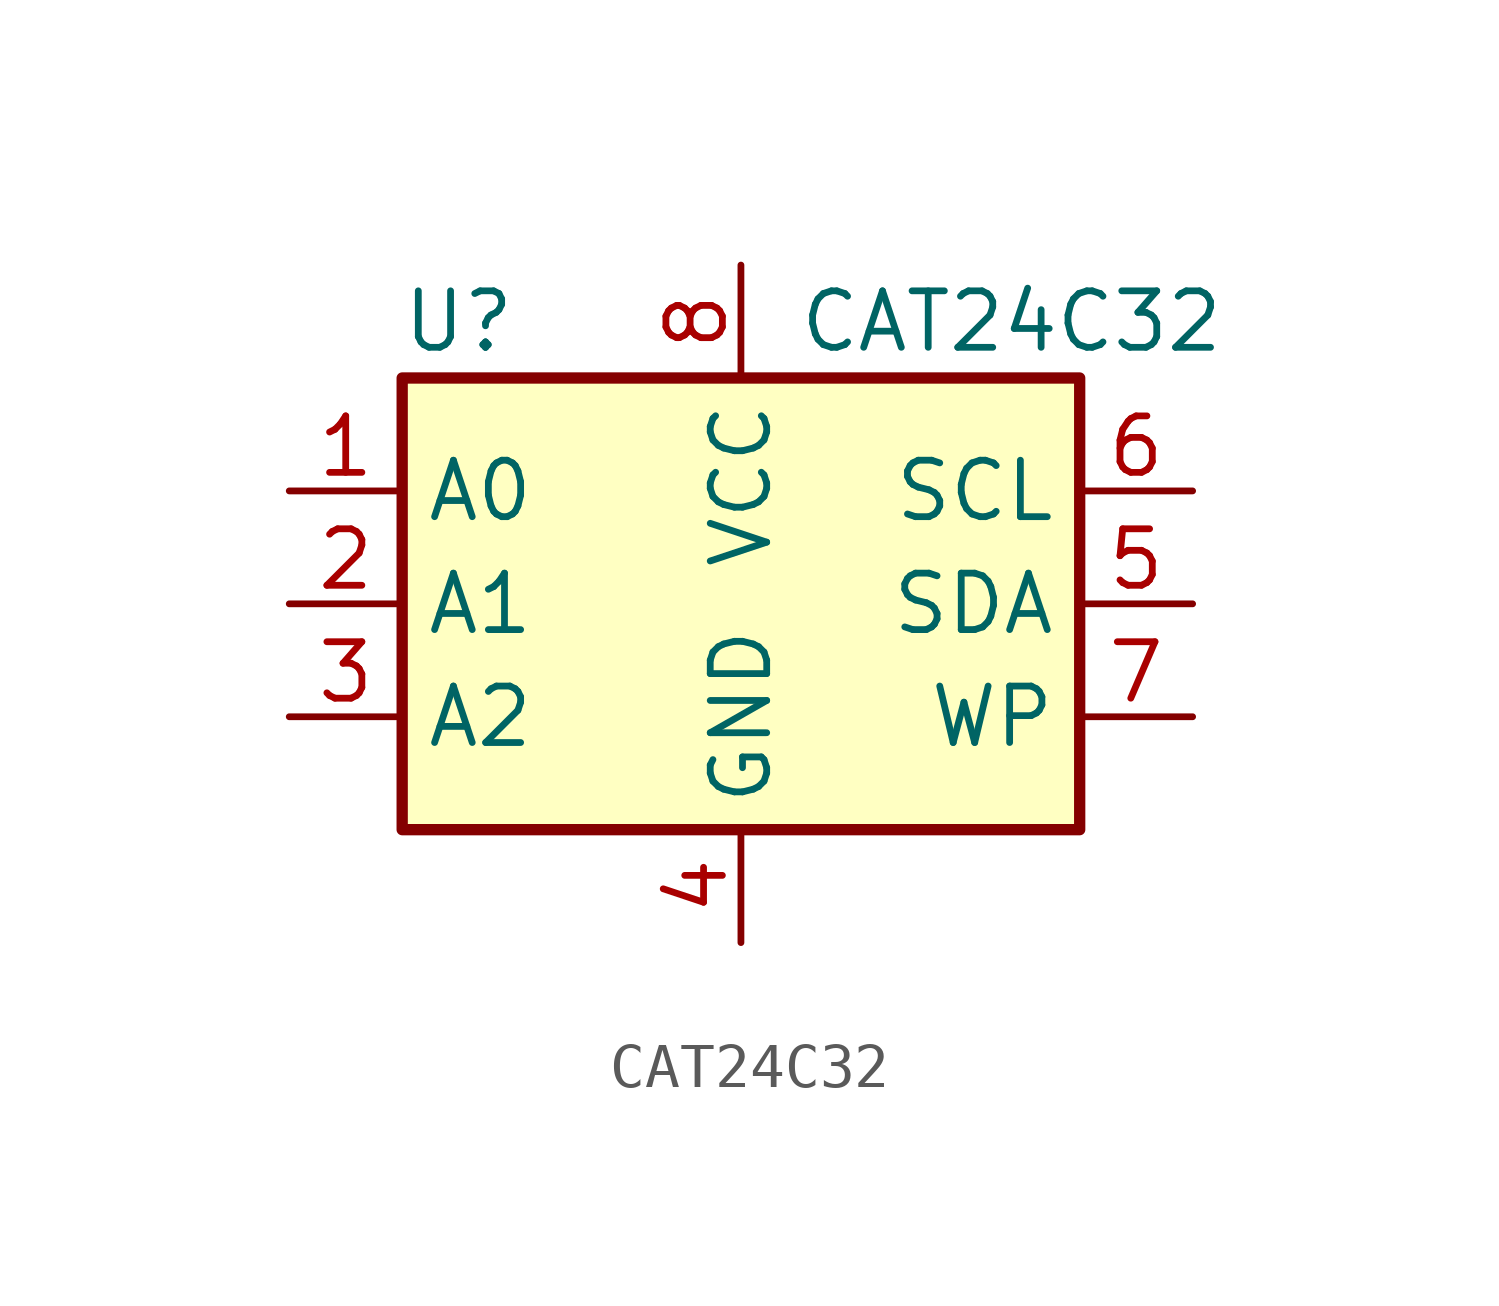
<source format=kicad_sym>
(kicad_symbol_lib
  (version 20211014)
  (generator kicad_symbol_editor)
  (symbol "CAT24C32"
    (property "Reference" "U"
      (at -6.35 6.35 0)
      (effects (font (size 1.27 1.27))))
    (property "Value" "CAT24C32"
      (at 1.27 6.35 0)
      (effects (font (size 1.27 1.27)) (justify left)))
    (symbol "CAT24C32_1_1"
      (rectangle (start -7.62 5.08) (end 7.62 -5.08) (stroke (width 0.254) (type default) (color 0 0 0 0)) (fill (type background)))
      (pin input line (at -10.16 2.54 0) (length 2.54) (name "A0" (effects (font (size 1.27 1.27)))) (number "1" (effects (font (size 1.27 1.27)))))
      (pin input line (at -10.16 0 0) (length 2.54) (name "A1" (effects (font (size 1.27 1.27)))) (number "2" (effects (font (size 1.27 1.27)))))
      (pin input line (at -10.16 -2.54 0) (length 2.54) (name "A2" (effects (font (size 1.27 1.27)))) (number "3" (effects (font (size 1.27 1.27)))))
      (pin power_in line (at 0 -7.62 90) (length 2.54) (name "GND" (effects (font (size 1.27 1.27)))) (number "4" (effects (font (size 1.27 1.27)))))
      (pin bidirectional line (at 10.16 0 180) (length 2.54) (name "SDA" (effects (font (size 1.27 1.27)))) (number "5" (effects (font (size 1.27 1.27)))))
      (pin input line (at 10.16 2.54 180) (length 2.54) (name "SCL" (effects (font (size 1.27 1.27)))) (number "6" (effects (font (size 1.27 1.27)))))
      (pin input line (at 10.16 -2.54 180) (length 2.54) (name "WP" (effects (font (size 1.27 1.27)))) (number "7" (effects (font (size 1.27 1.27)))))
      (pin power_in line (at 0 7.62 270) (length 2.54) (name "VCC" (effects (font (size 1.27 1.27)))) (number "8" (effects (font (size 1.27 1.27))))))))
</source>
